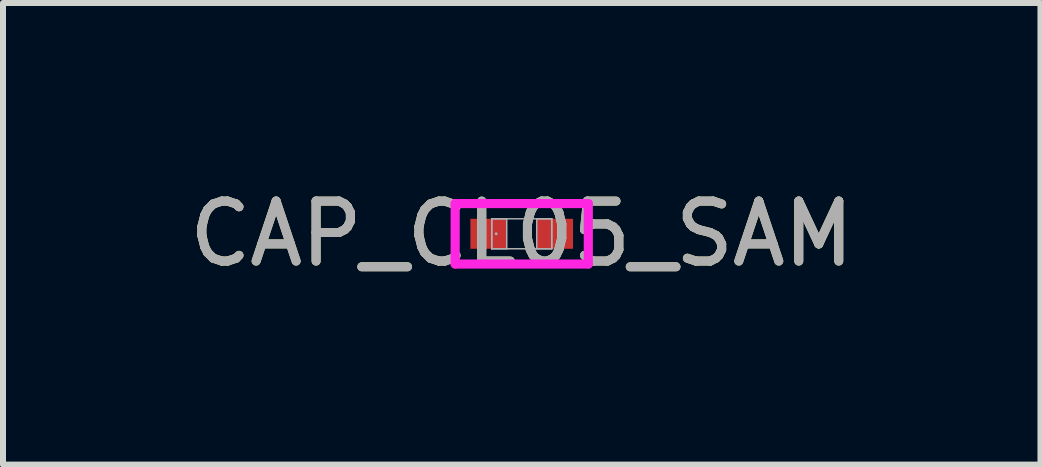
<source format=kicad_pcb>
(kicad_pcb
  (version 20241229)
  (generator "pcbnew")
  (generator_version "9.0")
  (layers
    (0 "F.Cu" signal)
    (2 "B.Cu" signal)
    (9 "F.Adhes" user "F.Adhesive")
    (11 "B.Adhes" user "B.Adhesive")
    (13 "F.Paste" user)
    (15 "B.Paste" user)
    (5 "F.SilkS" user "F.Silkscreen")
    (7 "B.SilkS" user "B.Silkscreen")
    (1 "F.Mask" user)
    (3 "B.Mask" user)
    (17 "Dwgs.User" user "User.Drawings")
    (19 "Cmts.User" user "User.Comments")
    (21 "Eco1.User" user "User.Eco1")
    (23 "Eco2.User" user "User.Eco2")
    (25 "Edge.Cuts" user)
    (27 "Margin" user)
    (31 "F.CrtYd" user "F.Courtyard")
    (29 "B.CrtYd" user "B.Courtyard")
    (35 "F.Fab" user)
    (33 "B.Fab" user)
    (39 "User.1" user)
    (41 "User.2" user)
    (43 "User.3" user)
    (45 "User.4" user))
  (footprint "CAP_CL05_SAM"
    (layer "F.Cu")
    (at 5.649 0.848)
    (property "Reference" "CAP_CL05_SAM" (at 0 0 0) (unlocked yes) (layer "F.SilkS") (effects (font (size 1 1) (thickness 0.15))))
    (attr smd)
    (fp_line (start -1.11 -0.504) (end 1.11 -0.504) (stroke (width 0.152) (type solid)) (layer "F.CrtYd"))
    (fp_line (start -1.11 0.504) (end -1.11 -0.504) (stroke (width 0.152) (type solid)) (layer "F.CrtYd"))
    (fp_line (start 1.11 -0.504) (end 1.11 0.504) (stroke (width 0.152) (type solid)) (layer "F.CrtYd"))
    (fp_line (start 1.11 0.504) (end -1.11 0.504) (stroke (width 0.152) (type solid)) (layer "F.CrtYd"))
    (fp_line (start -0.5 -0.25) (end -0.5 0.25) (stroke (width 0.025) (type solid)) (layer "F.Fab"))
    (fp_line (start -0.5 -0.25) (end -0.5 0.25) (stroke (width 0.025) (type solid)) (layer "F.Fab"))
    (fp_line (start -0.5 0.25) (end -0.25 0.25) (stroke (width 0.025) (type solid)) (layer "F.Fab"))
    (fp_line (start -0.5 0.25) (end 0.5 0.25) (stroke (width 0.025) (type solid)) (layer "F.Fab"))
    (fp_line (start -0.25 -0.25) (end -0.5 -0.25) (stroke (width 0.025) (type solid)) (layer "F.Fab"))
    (fp_line (start -0.25 0.25) (end -0.25 -0.25) (stroke (width 0.025) (type solid)) (layer "F.Fab"))
    (fp_line (start 0.25 -0.25) (end 0.25 0.25) (stroke (width 0.025) (type solid)) (layer "F.Fab"))
    (fp_line (start 0.25 0.25) (end 0.5 0.25) (stroke (width 0.025) (type solid)) (layer "F.Fab"))
    (fp_line (start 0.5 -0.25) (end -0.5 -0.25) (stroke (width 0.025) (type solid)) (layer "F.Fab"))
    (fp_line (start 0.5 -0.25) (end 0.25 -0.25) (stroke (width 0.025) (type solid)) (layer "F.Fab"))
    (fp_line (start 0.5 0.25) (end 0.5 -0.25) (stroke (width 0.025) (type solid)) (layer "F.Fab"))
    (fp_line (start 0.5 0.25) (end 0.5 -0.25) (stroke (width 0.025) (type solid)) (layer "F.Fab"))
    (fp_circle (center -0.426 0) (end -0.426 0) (stroke (width 0.025) (type solid)) (fill no) (layer "F.Fab"))
    (fp_text user "${REFERENCE}" (at 0 0 0) (unlocked yes) (layer "F.Fab") (effects (font (size 1 1) (thickness 0.15))))
    (pad "1" smd rect (at -0.553 0) (size 0.606 0.5) (layers "F.Cu" "F.Mask" "F.Paste"))
    (pad "2" smd rect (at 0.553 0) (size 0.606 0.5) (layers "F.Cu" "F.Mask" "F.Paste"))
    (zone (net_name "") (layer "F.Cu") (hatch full 0.508) (connect_pads) (min_thickness 0.254) (filled_areas_thickness no) (keepout (tracks not_allowed) (vias not_allowed) (pads allowed) (copperpour not_allowed) (footprints allowed)) (placement (enabled no)) (fill) (polygon (pts (xy 5.45 0.649) (xy 5.848 0.649) (xy 5.848 1.047) (xy 5.45 1.047)))))
  (gr_rect
    (start -3 -3)
    (end 14.298 4.697)
    (stroke (width 0.1) (type default))
    (fill no)
    (layer "Edge.Cuts")))
</source>
